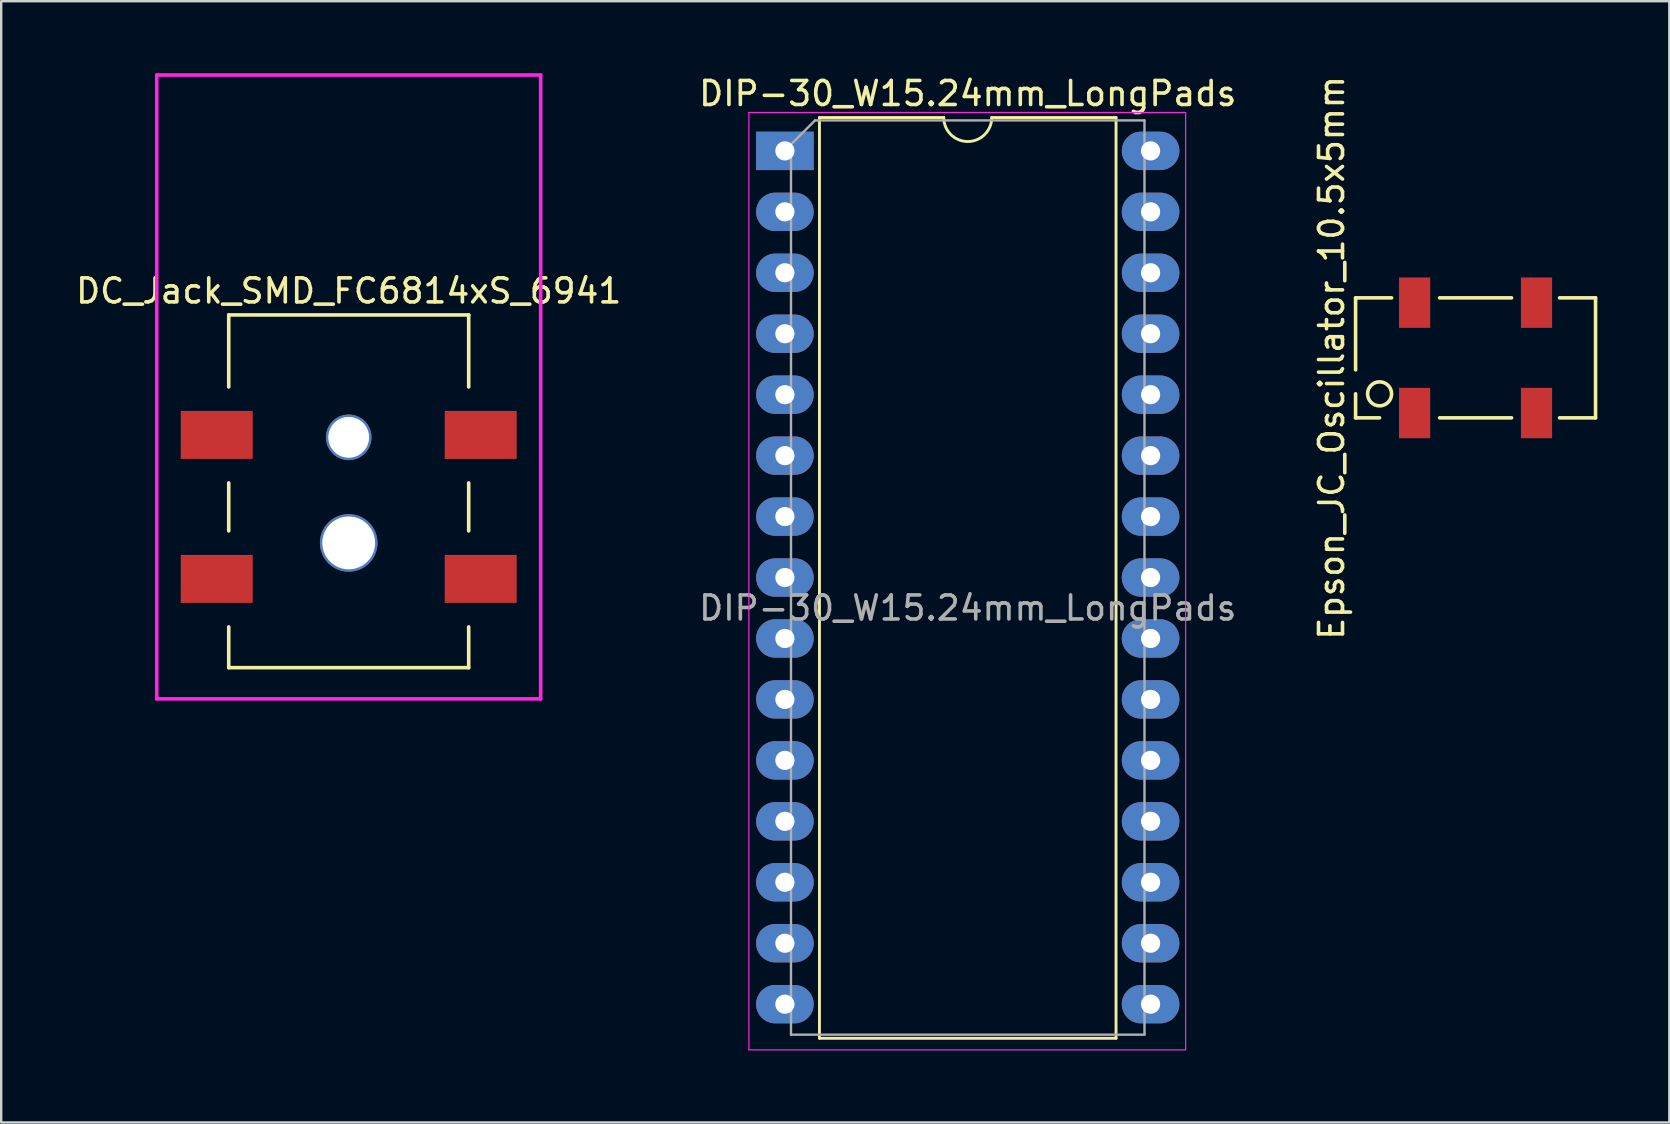
<source format=kicad_pcb>
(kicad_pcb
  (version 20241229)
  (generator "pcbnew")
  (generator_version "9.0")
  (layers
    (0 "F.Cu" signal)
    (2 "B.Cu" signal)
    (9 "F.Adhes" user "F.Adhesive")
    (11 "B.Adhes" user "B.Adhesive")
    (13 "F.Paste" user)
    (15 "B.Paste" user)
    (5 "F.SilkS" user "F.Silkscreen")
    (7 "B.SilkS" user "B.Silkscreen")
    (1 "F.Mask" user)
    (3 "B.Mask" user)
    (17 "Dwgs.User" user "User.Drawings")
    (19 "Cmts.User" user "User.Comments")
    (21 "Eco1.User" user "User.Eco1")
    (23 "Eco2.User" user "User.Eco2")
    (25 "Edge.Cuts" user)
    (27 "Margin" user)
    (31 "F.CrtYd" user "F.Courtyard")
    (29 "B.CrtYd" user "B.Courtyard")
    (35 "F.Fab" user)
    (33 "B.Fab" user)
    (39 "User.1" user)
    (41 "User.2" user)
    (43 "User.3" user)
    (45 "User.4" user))
  (footprint "Epson_JC_Oscillator_10.5x5mm"
    (layer "F.Cu")
    (at 58.443 11.863)
    (property "Reference" "Epson_JC_Oscillator_10.5x5mm" (at -6 0 90) (layer "F.SilkS") (effects (font (size 1 1) (thickness 0.15))))
    (attr through_hole)
    (fp_line (start -5 -2.5) (end -5 0.5) (stroke (width 0.15) (type solid)) (layer "F.SilkS"))
    (fp_line (start -5 -2.5) (end -3.5 -2.5) (stroke (width 0.15) (type solid)) (layer "F.SilkS"))
    (fp_line (start -5 2.5) (end -5 1.5) (stroke (width 0.15) (type solid)) (layer "F.SilkS"))
    (fp_line (start -5 2.5) (end -4 2.5) (stroke (width 0.15) (type solid)) (layer "F.SilkS"))
    (fp_line (start -1.5 -2.5) (end 1.5 -2.5) (stroke (width 0.15) (type solid)) (layer "F.SilkS"))
    (fp_line (start 1.5 2.5) (end -1.5 2.5) (stroke (width 0.15) (type solid)) (layer "F.SilkS"))
    (fp_line (start 5 -2.5) (end 3.5 -2.5) (stroke (width 0.15) (type solid)) (layer "F.SilkS"))
    (fp_line (start 5 -2.5) (end 5 2.5) (stroke (width 0.15) (type solid)) (layer "F.SilkS"))
    (fp_line (start 5 2.5) (end 3.5 2.5) (stroke (width 0.15) (type solid)) (layer "F.SilkS"))
    (fp_circle (center -4 1.5) (end -4.5 1.5) (stroke (width 0.15) (type solid)) (fill no) (layer "F.SilkS"))
    (pad "1" smd rect (at -2.54 2.3) (size 1.3 2.1) (layers "F.Cu" "F.Mask" "F.Paste"))
    (pad "2" smd rect (at 2.54 2.3) (size 1.3 2.1) (layers "F.Cu" "F.Mask" "F.Paste"))
    (pad "3" smd rect (at 2.54 -2.3) (size 1.3 2.1) (layers "F.Cu" "F.Mask" "F.Paste"))
    (pad "4" smd rect (at -2.54 -2.3) (size 1.3 2.1) (layers "F.Cu" "F.Mask" "F.Paste")))
  (footprint "DIP-30_W15.24mm_LongPads"
    (layer "F.Cu")
    (at 29.66 3.238)
    (property "Reference" "DIP-30_W15.24mm_LongPads" (at 7.62 -2.39 0) (layer "F.SilkS") (effects (font (size 1 1) (thickness 0.15))))
    (attr through_hole)
    (fp_line (start 1.44 -1.39) (end 1.44 36.982) (stroke (width 0.12) (type solid)) (layer "F.SilkS"))
    (fp_line (start 1.44 36.982) (end 13.8 36.982) (stroke (width 0.12) (type solid)) (layer "F.SilkS"))
    (fp_line (start 6.62 -1.39) (end 1.44 -1.39) (stroke (width 0.12) (type solid)) (layer "F.SilkS"))
    (fp_line (start 13.8 -1.39) (end 8.62 -1.39) (stroke (width 0.12) (type solid)) (layer "F.SilkS"))
    (fp_line (start 13.8 36.982) (end 13.8 -1.39) (stroke (width 0.12) (type solid)) (layer "F.SilkS"))
    (fp_arc (start 8.62 -1.39) (mid 7.62 -0.39) (end 6.62 -1.39) (stroke (width 0.12) (type solid)) (layer "F.SilkS"))
    (fp_line (start -1.5 -1.6) (end -1.5 37.465) (stroke (width 0.05) (type solid)) (layer "F.CrtYd"))
    (fp_line (start -1.5 37.465) (end 16.7 37.465) (stroke (width 0.05) (type solid)) (layer "F.CrtYd"))
    (fp_line (start 16.7 -1.6) (end -1.5 -1.6) (stroke (width 0.05) (type solid)) (layer "F.CrtYd"))
    (fp_line (start 16.7 37.465) (end 16.7 -1.6) (stroke (width 0.05) (type solid)) (layer "F.CrtYd"))
    (fp_line (start 0.254 36.83) (end 0.255 -0.27) (stroke (width 0.1) (type solid)) (layer "F.Fab"))
    (fp_line (start 0.255 -0.27) (end 1.255 -1.27) (stroke (width 0.1) (type solid)) (layer "F.Fab"))
    (fp_line (start 1.255 -1.27) (end 14.985 -1.27) (stroke (width 0.1) (type solid)) (layer "F.Fab"))
    (fp_line (start 14.985 -1.27) (end 14.986 36.83) (stroke (width 0.1) (type solid)) (layer "F.Fab"))
    (fp_line (start 14.985 36.83) (end 0.255 36.83) (stroke (width 0.1) (type solid)) (layer "F.Fab"))
    (fp_text user "${REFERENCE}" (at 7.62 19.05 0) (layer "F.Fab") (effects (font (size 1 1) (thickness 0.15))))
    (pad "1" thru_hole rect (at 0 0) (size 2.4 1.6) (drill 0.8) (layers "*.Cu" "*.Mask"))
    (pad "2" thru_hole oval (at 0 2.54) (size 2.4 1.6) (drill 0.8) (layers "*.Cu" "*.Mask"))
    (pad "3" thru_hole oval (at 0 5.08) (size 2.4 1.6) (drill 0.8) (layers "*.Cu" "*.Mask"))
    (pad "4" thru_hole oval (at 0 7.62) (size 2.4 1.6) (drill 0.8) (layers "*.Cu" "*.Mask"))
    (pad "5" thru_hole oval (at 0 10.16) (size 2.4 1.6) (drill 0.8) (layers "*.Cu" "*.Mask"))
    (pad "6" thru_hole oval (at 0 12.7) (size 2.4 1.6) (drill 0.8) (layers "*.Cu" "*.Mask"))
    (pad "7" thru_hole oval (at 0 15.24) (size 2.4 1.6) (drill 0.8) (layers "*.Cu" "*.Mask"))
    (pad "8" thru_hole oval (at 0 17.78) (size 2.4 1.6) (drill 0.8) (layers "*.Cu" "*.Mask"))
    (pad "9" thru_hole oval (at 0 20.32) (size 2.4 1.6) (drill 0.8) (layers "*.Cu" "*.Mask"))
    (pad "10" thru_hole oval (at 0 22.86) (size 2.4 1.6) (drill 0.8) (layers "*.Cu" "*.Mask"))
    (pad "11" thru_hole oval (at 0 25.4) (size 2.4 1.6) (drill 0.8) (layers "*.Cu" "*.Mask"))
    (pad "12" thru_hole oval (at 0 27.94) (size 2.4 1.6) (drill 0.8) (layers "*.Cu" "*.Mask"))
    (pad "13" thru_hole oval (at 0 30.48) (size 2.4 1.6) (drill 0.8) (layers "*.Cu" "*.Mask"))
    (pad "14" thru_hole oval (at 0 33.02) (size 2.4 1.6) (drill 0.8) (layers "*.Cu" "*.Mask"))
    (pad "15" thru_hole oval (at 0 35.56) (size 2.4 1.6) (drill 0.8) (layers "*.Cu" "*.Mask"))
    (pad "16" thru_hole oval (at 15.24 35.56) (size 2.4 1.6) (drill 0.8) (layers "*.Cu" "*.Mask"))
    (pad "17" thru_hole oval (at 15.24 33.02) (size 2.4 1.6) (drill 0.8) (layers "*.Cu" "*.Mask"))
    (pad "18" thru_hole oval (at 15.24 30.48) (size 2.4 1.6) (drill 0.8) (layers "*.Cu" "*.Mask"))
    (pad "19" thru_hole oval (at 15.24 27.94) (size 2.4 1.6) (drill 0.8) (layers "*.Cu" "*.Mask"))
    (pad "20" thru_hole oval (at 15.24 25.4) (size 2.4 1.6) (drill 0.8) (layers "*.Cu" "*.Mask"))
    (pad "21" thru_hole oval (at 15.24 22.86) (size 2.4 1.6) (drill 0.8) (layers "*.Cu" "*.Mask"))
    (pad "22" thru_hole oval (at 15.24 20.32) (size 2.4 1.6) (drill 0.8) (layers "*.Cu" "*.Mask"))
    (pad "23" thru_hole oval (at 15.24 17.78) (size 2.4 1.6) (drill 0.8) (layers "*.Cu" "*.Mask"))
    (pad "24" thru_hole oval (at 15.24 15.24) (size 2.4 1.6) (drill 0.8) (layers "*.Cu" "*.Mask"))
    (pad "25" thru_hole oval (at 15.24 12.7) (size 2.4 1.6) (drill 0.8) (layers "*.Cu" "*.Mask"))
    (pad "26" thru_hole oval (at 15.24 10.16) (size 2.4 1.6) (drill 0.8) (layers "*.Cu" "*.Mask"))
    (pad "27" thru_hole oval (at 15.24 7.62) (size 2.4 1.6) (drill 0.8) (layers "*.Cu" "*.Mask"))
    (pad "28" thru_hole oval (at 15.24 5.08) (size 2.4 1.6) (drill 0.8) (layers "*.Cu" "*.Mask"))
    (pad "29" thru_hole oval (at 15.24 2.54) (size 2.4 1.6) (drill 0.8) (layers "*.Cu" "*.Mask"))
    (pad "30" thru_hole oval (at 15.24 0) (size 2.4 1.6) (drill 0.8) (layers "*.Cu" "*.Mask")))
  (footprint "DC_Jack_SMD_FC6814xS_6941"
    (layer "F.Cu")
    (at 11.482 10.075)
    (property "Reference" "DC_Jack_SMD_FC6814xS_6941" (at 0 -1 0) (layer "F.SilkS") (effects (font (size 1 1) (thickness 0.15))))
    (attr through_hole)
    (fp_line (start -5 0) (end -5 3) (stroke (width 0.15) (type solid)) (layer "F.SilkS"))
    (fp_line (start -5 0) (end 5 0) (stroke (width 0.15) (type solid)) (layer "F.SilkS"))
    (fp_line (start -5 7) (end -5 9) (stroke (width 0.15) (type solid)) (layer "F.SilkS"))
    (fp_line (start -5 13) (end -5 14.7) (stroke (width 0.15) (type solid)) (layer "F.SilkS"))
    (fp_line (start -5 14.7) (end 5 14.7) (stroke (width 0.15) (type solid)) (layer "F.SilkS"))
    (fp_line (start 5 0) (end 5 3) (stroke (width 0.15) (type solid)) (layer "F.SilkS"))
    (fp_line (start 5 7) (end 5 9) (stroke (width 0.15) (type solid)) (layer "F.SilkS"))
    (fp_line (start 5 13) (end 5 14.7) (stroke (width 0.15) (type solid)) (layer "F.SilkS"))
    (fp_line (start -8 -10) (end -8 16) (stroke (width 0.15) (type solid)) (layer "F.CrtYd"))
    (fp_line (start -8 16) (end 8 16) (stroke (width 0.15) (type solid)) (layer "F.CrtYd"))
    (fp_line (start 8 -10) (end -8 -10) (stroke (width 0.15) (type solid)) (layer "F.CrtYd"))
    (fp_line (start 8 16) (end 8 -10) (stroke (width 0.15) (type solid)) (layer "F.CrtYd"))
    (pad "" np_thru_hole circle (at 0 5.1) (size 1.9 1.9) (drill 1.7) (layers "*.Cu" "*.Mask"))
    (pad "" np_thru_hole circle (at 0 9.5) (size 2.4 2.4) (drill 2.2) (layers "*.Cu" "*.Mask"))
    (pad "1" smd rect (at -5.5 5) (size 3 2) (layers "F.Cu" "F.Mask" "F.Paste"))
    (pad "1" smd rect (at -5.5 11) (size 3 2) (layers "F.Cu" "F.Mask" "F.Paste"))
    (pad "2" smd rect (at 5.5 11) (size 3 2) (layers "F.Cu" "F.Mask" "F.Paste"))
    (pad "3" smd rect (at 5.5 5) (size 3 2) (layers "F.Cu" "F.Mask" "F.Paste")))
  (gr_rect
    (start -3 -3)
    (end 66.518 43.728)
    (stroke (width 0.1) (type default))
    (fill no)
    (layer "Edge.Cuts")))
</source>
